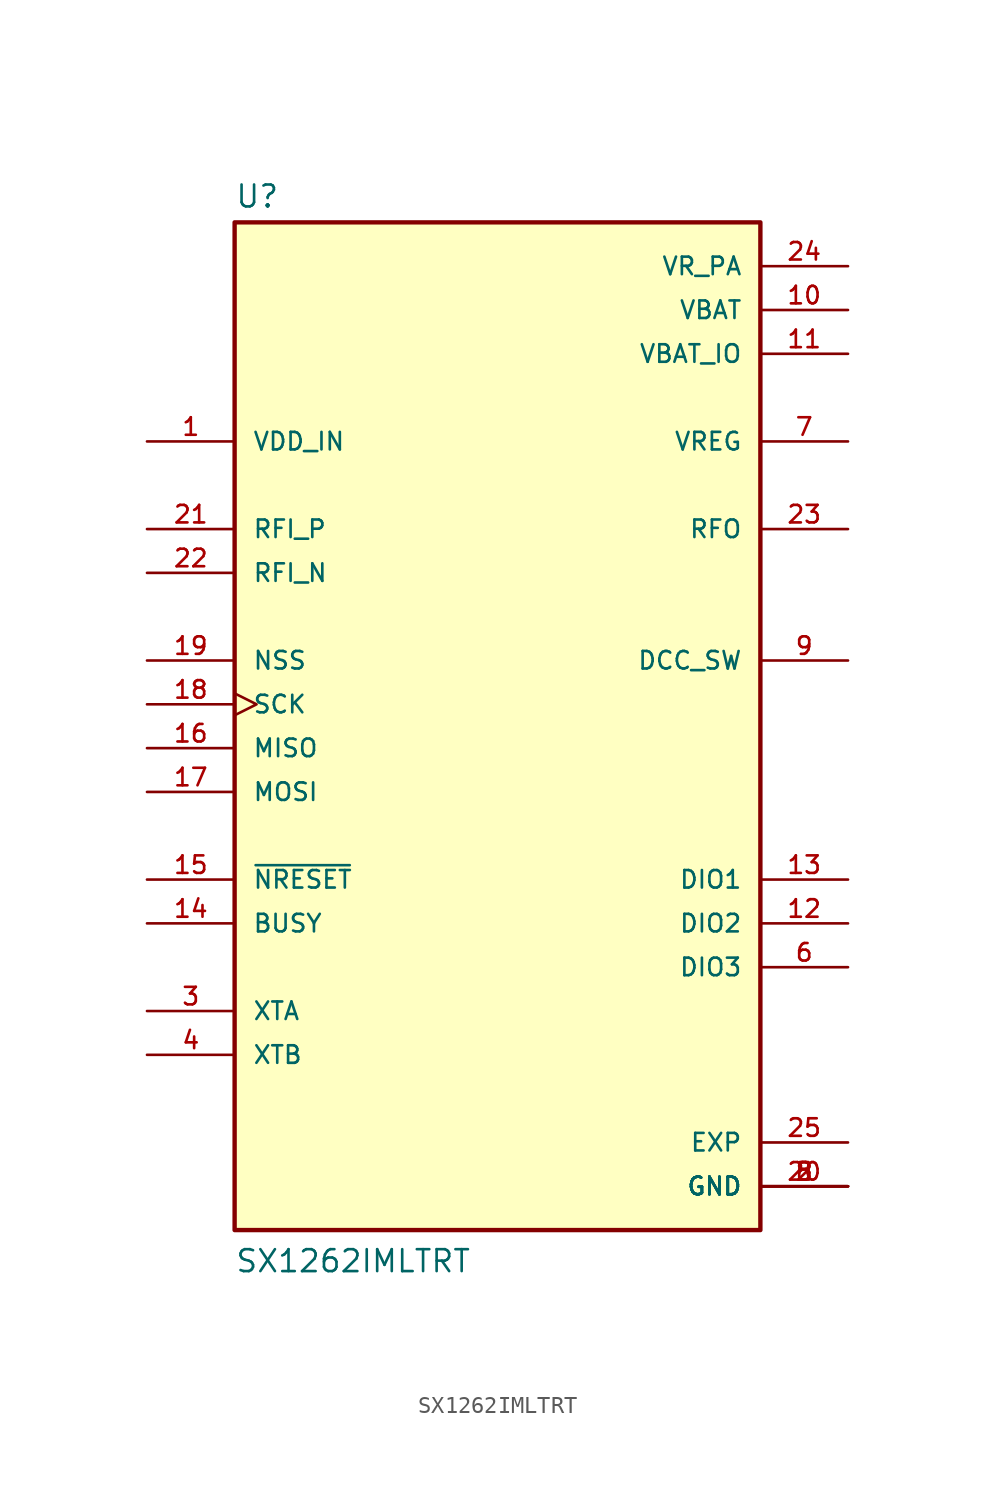
<source format=kicad_sym>
(kicad_symbol_lib
  (version 20211014)
  (generator kicad_symbol_editor)
  (symbol "SX1262IMLTRT"
    (pin_names
      (offset 1.016))
    (property "Reference" "U"
      (at -15.24 28.702 0)
      (effects (font (size 1.27 1.27)) (justify bottom left)))
    (property "Value" "SX1262IMLTRT"
      (at -15.24 -33.02 0)
      (effects (font (size 1.27 1.27)) (justify bottom left)))
    (symbol "SX1262IMLTRT_0_0"
      (rectangle (start -15.24 -30.48) (end 15.24 27.94) (stroke (width 0.254)) (fill (type background)))
      (pin power_in line (at 20.32 -25.4 180.0) (length 5.08) (name "EXP" (effects (font (size 1.016 1.016)))) (number "25" (effects (font (size 1.016 1.016)))))
      (pin input line (at -20.32 15.24 0) (length 5.08) (name "VDD_IN" (effects (font (size 1.016 1.016)))) (number "1" (effects (font (size 1.016 1.016)))))
      (pin power_in line (at 20.32 -27.94 180.0) (length 5.08) (name "GND" (effects (font (size 1.016 1.016)))) (number "2" (effects (font (size 1.016 1.016)))))
      (pin power_in line (at 20.32 -27.94 180.0) (length 5.08) (name "GND" (effects (font (size 1.016 1.016)))) (number "5" (effects (font (size 1.016 1.016)))))
      (pin power_in line (at 20.32 -27.94 180.0) (length 5.08) (name "GND" (effects (font (size 1.016 1.016)))) (number "8" (effects (font (size 1.016 1.016)))))
      (pin power_in line (at 20.32 -27.94 180.0) (length 5.08) (name "GND" (effects (font (size 1.016 1.016)))) (number "20" (effects (font (size 1.016 1.016)))))
      (pin bidirectional line (at -20.32 -17.78 0) (length 5.08) (name "XTA" (effects (font (size 1.016 1.016)))) (number "3" (effects (font (size 1.016 1.016)))))
      (pin bidirectional line (at -20.32 -20.32 0) (length 5.08) (name "XTB" (effects (font (size 1.016 1.016)))) (number "4" (effects (font (size 1.016 1.016)))))
      (pin bidirectional line (at 20.32 -15.24 180.0) (length 5.08) (name "DIO3" (effects (font (size 1.016 1.016)))) (number "6" (effects (font (size 1.016 1.016)))))
      (pin output line (at 20.32 15.24 180.0) (length 5.08) (name "VREG" (effects (font (size 1.016 1.016)))) (number "7" (effects (font (size 1.016 1.016)))))
      (pin output line (at 20.32 2.54 180.0) (length 5.08) (name "DCC_SW" (effects (font (size 1.016 1.016)))) (number "9" (effects (font (size 1.016 1.016)))))
      (pin power_in line (at 20.32 22.86 180.0) (length 5.08) (name "VBAT" (effects (font (size 1.016 1.016)))) (number "10" (effects (font (size 1.016 1.016)))))
      (pin power_in line (at 20.32 20.32 180.0) (length 5.08) (name "VBAT_IO" (effects (font (size 1.016 1.016)))) (number "11" (effects (font (size 1.016 1.016)))))
      (pin bidirectional line (at 20.32 -12.7 180.0) (length 5.08) (name "DIO2" (effects (font (size 1.016 1.016)))) (number "12" (effects (font (size 1.016 1.016)))))
      (pin bidirectional line (at 20.32 -10.16 180.0) (length 5.08) (name "DIO1" (effects (font (size 1.016 1.016)))) (number "13" (effects (font (size 1.016 1.016)))))
      (pin bidirectional line (at -20.32 -12.7 0) (length 5.08) (name "BUSY" (effects (font (size 1.016 1.016)))) (number "14" (effects (font (size 1.016 1.016)))))
      (pin bidirectional line (at -20.32 -10.16 0) (length 5.08) (name "~{NRESET}" (effects (font (size 1.016 1.016)))) (number "15" (effects (font (size 1.016 1.016)))))
      (pin output line (at -20.32 -2.54 0) (length 5.08) (name "MISO" (effects (font (size 1.016 1.016)))) (number "16" (effects (font (size 1.016 1.016)))))
      (pin input line (at -20.32 -5.08 0) (length 5.08) (name "MOSI" (effects (font (size 1.016 1.016)))) (number "17" (effects (font (size 1.016 1.016)))))
      (pin input clock (at -20.32 0.0 0) (length 5.08) (name "SCK" (effects (font (size 1.016 1.016)))) (number "18" (effects (font (size 1.016 1.016)))))
      (pin input line (at -20.32 2.54 0) (length 5.08) (name "NSS" (effects (font (size 1.016 1.016)))) (number "19" (effects (font (size 1.016 1.016)))))
      (pin input line (at -20.32 10.16 0) (length 5.08) (name "RFI_P" (effects (font (size 1.016 1.016)))) (number "21" (effects (font (size 1.016 1.016)))))
      (pin input line (at -20.32 7.62 0) (length 5.08) (name "RFI_N" (effects (font (size 1.016 1.016)))) (number "22" (effects (font (size 1.016 1.016)))))
      (pin output line (at 20.32 10.16 180.0) (length 5.08) (name "RFO" (effects (font (size 1.016 1.016)))) (number "23" (effects (font (size 1.016 1.016)))))
      (pin power_in line (at 20.32 25.4 180.0) (length 5.08) (name "VR_PA" (effects (font (size 1.016 1.016)))) (number "24" (effects (font (size 1.016 1.016))))))))
</source>
